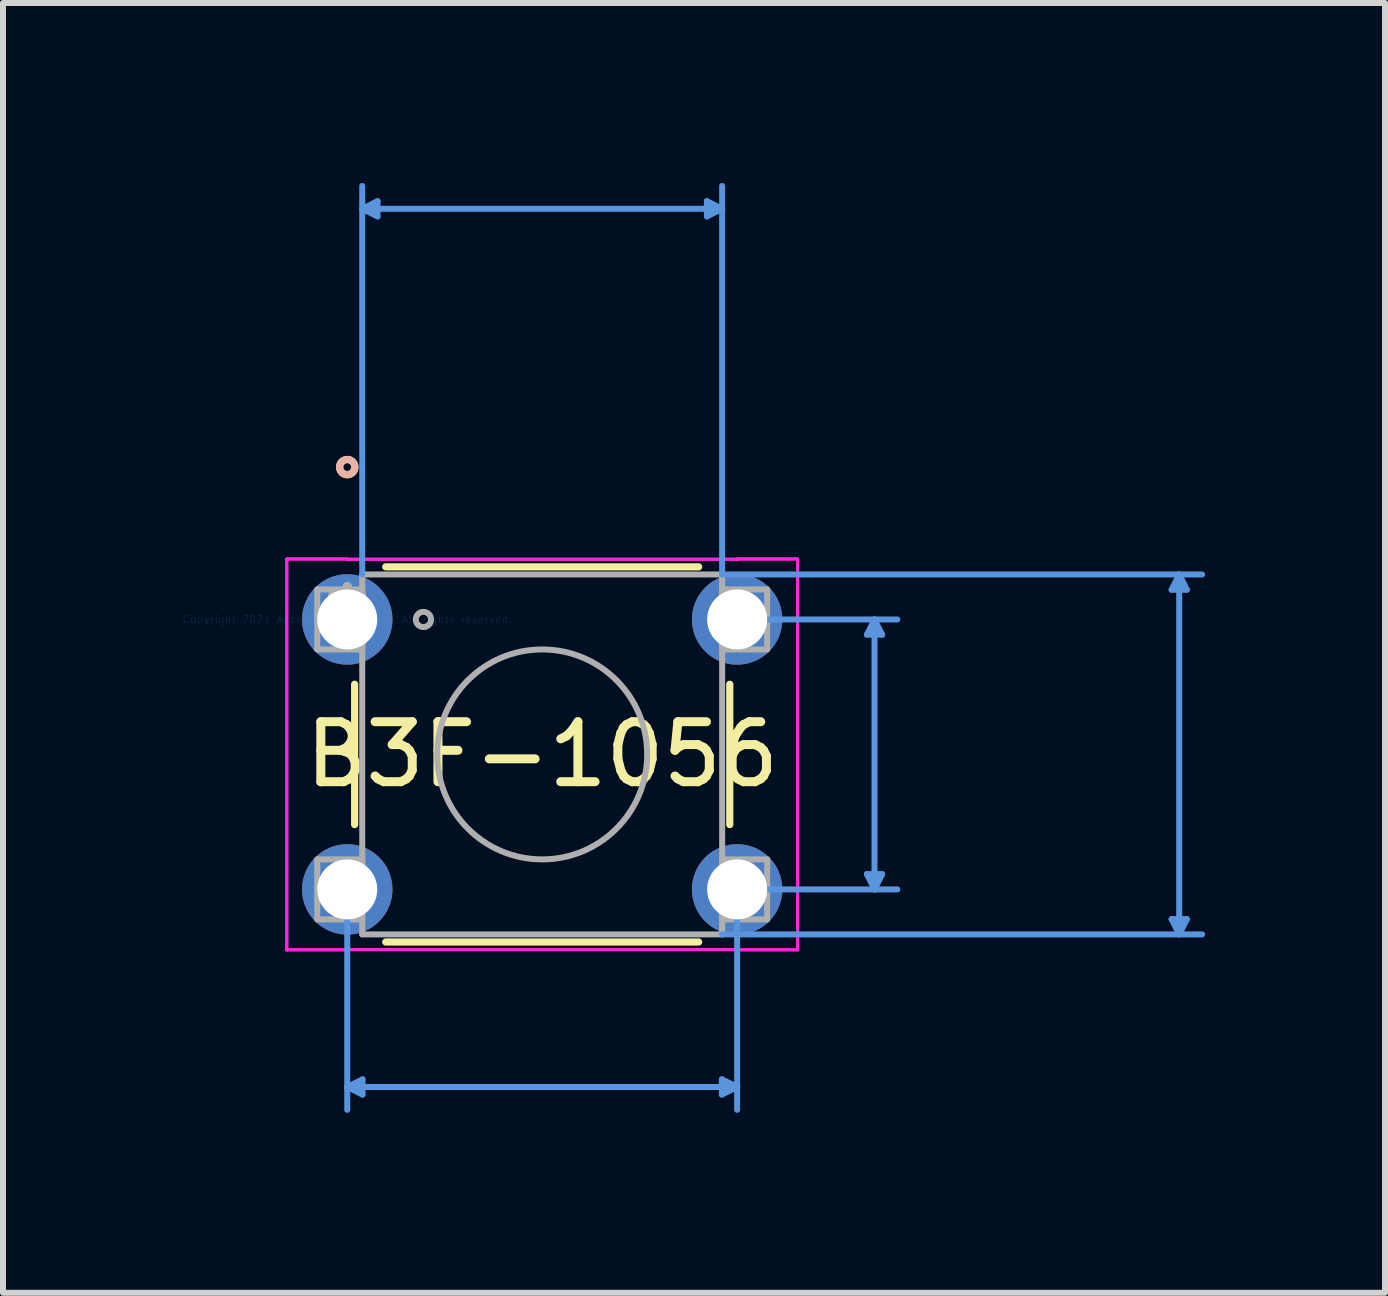
<source format=kicad_pcb>
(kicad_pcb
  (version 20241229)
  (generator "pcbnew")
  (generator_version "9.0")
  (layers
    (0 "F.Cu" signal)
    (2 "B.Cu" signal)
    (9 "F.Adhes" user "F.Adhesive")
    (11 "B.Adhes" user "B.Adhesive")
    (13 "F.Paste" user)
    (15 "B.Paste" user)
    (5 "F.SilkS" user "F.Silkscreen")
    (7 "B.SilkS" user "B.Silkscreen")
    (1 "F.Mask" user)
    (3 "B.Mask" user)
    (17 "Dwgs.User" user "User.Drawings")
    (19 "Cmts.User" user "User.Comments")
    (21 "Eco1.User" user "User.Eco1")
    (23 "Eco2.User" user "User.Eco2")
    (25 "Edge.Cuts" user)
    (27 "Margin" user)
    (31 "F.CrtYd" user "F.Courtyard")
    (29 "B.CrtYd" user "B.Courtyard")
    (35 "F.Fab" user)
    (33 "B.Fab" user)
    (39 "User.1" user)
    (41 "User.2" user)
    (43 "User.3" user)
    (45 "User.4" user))
  (footprint "B3F-1056"
    (layer "F.Cu")
    (at 2.739 7.277)
    (property "Reference" "B3F-1056" (at 3.25 2.25 0) (layer "F.SilkS") (effects (font (size 1 1) (thickness 0.15))))
    (attr through_hole)
    (fp_line (start 0.123 1.08) (end 0.123 3.42) (stroke (width 0.12) (type solid)) (layer "F.SilkS"))
    (fp_line (start 0.642 5.377) (end 5.858 5.377) (stroke (width 0.12) (type solid)) (layer "F.SilkS"))
    (fp_line (start 5.858 -0.877) (end 0.642 -0.877) (stroke (width 0.12) (type solid)) (layer "F.SilkS"))
    (fp_line (start 6.377 3.42) (end 6.377 1.08) (stroke (width 0.12) (type solid)) (layer "F.SilkS"))
    (fp_circle (center 0 -2.54) (end 0.127 -2.54) (stroke (width 0.12) (type solid)) (fill no) (layer "F.SilkS"))
    (fp_circle (center 0 -2.54) (end 0.127 -2.54) (stroke (width 0.12) (type solid)) (fill no) (layer "B.SilkS"))
    (fp_line (start 0.000001 4.5) (end 0.000001 8.175) (stroke (width 0.1) (type solid)) (layer "Cmts.User"))
    (fp_line (start 0.000001 7.794) (end 0.254 7.667) (stroke (width 0.1) (type solid)) (layer "Cmts.User"))
    (fp_line (start 0.000001 7.794) (end 0.254 7.921) (stroke (width 0.1) (type solid)) (layer "Cmts.User"))
    (fp_line (start 0.000001 7.794) (end 6.5 7.794) (stroke (width 0.1) (type solid)) (layer "Cmts.User"))
    (fp_line (start 0.25 -6.846) (end 0.504 -6.973) (stroke (width 0.1) (type solid)) (layer "Cmts.User"))
    (fp_line (start 0.25 -6.846) (end 0.504 -6.719) (stroke (width 0.1) (type solid)) (layer "Cmts.User"))
    (fp_line (start 0.25 -6.846) (end 6.25 -6.846) (stroke (width 0.1) (type solid)) (layer "Cmts.User"))
    (fp_line (start 0.25 -0.75) (end 0.25 -7.227) (stroke (width 0.1) (type solid)) (layer "Cmts.User"))
    (fp_line (start 0.254 7.667) (end 0.254 7.921) (stroke (width 0.1) (type solid)) (layer "Cmts.User"))
    (fp_line (start 0.504 -6.973) (end 0.504 -6.719) (stroke (width 0.1) (type solid)) (layer "Cmts.User"))
    (fp_line (start 5.996 -6.973) (end 5.996 -6.719) (stroke (width 0.1) (type solid)) (layer "Cmts.User"))
    (fp_line (start 6.246 7.667) (end 6.246 7.921) (stroke (width 0.1) (type solid)) (layer "Cmts.User"))
    (fp_line (start 6.25 -6.846) (end 5.996 -6.973) (stroke (width 0.1) (type solid)) (layer "Cmts.User"))
    (fp_line (start 6.25 -6.846) (end 5.996 -6.719) (stroke (width 0.1) (type solid)) (layer "Cmts.User"))
    (fp_line (start 6.25 -0.75) (end 6.25 -7.227) (stroke (width 0.1) (type solid)) (layer "Cmts.User"))
    (fp_line (start 6.25 -0.75) (end 14.251 -0.75) (stroke (width 0.1) (type solid)) (layer "Cmts.User"))
    (fp_line (start 6.25 5.25) (end 14.251 5.25) (stroke (width 0.1) (type solid)) (layer "Cmts.User"))
    (fp_line (start 6.5 0) (end 9.171 0) (stroke (width 0.1) (type solid)) (layer "Cmts.User"))
    (fp_line (start 6.5 4.5) (end 6.5 8.175) (stroke (width 0.1) (type solid)) (layer "Cmts.User"))
    (fp_line (start 6.5 4.5) (end 9.171 4.5) (stroke (width 0.1) (type solid)) (layer "Cmts.User"))
    (fp_line (start 6.5 7.794) (end 6.246 7.667) (stroke (width 0.1) (type solid)) (layer "Cmts.User"))
    (fp_line (start 6.5 7.794) (end 6.246 7.921) (stroke (width 0.1) (type solid)) (layer "Cmts.User"))
    (fp_line (start 8.663 0.254) (end 8.917 0.254) (stroke (width 0.1) (type solid)) (layer "Cmts.User"))
    (fp_line (start 8.663 4.246) (end 8.917 4.246) (stroke (width 0.1) (type solid)) (layer "Cmts.User"))
    (fp_line (start 8.79 0) (end 8.663 0.254) (stroke (width 0.1) (type solid)) (layer "Cmts.User"))
    (fp_line (start 8.79 0) (end 8.79 4.5) (stroke (width 0.1) (type solid)) (layer "Cmts.User"))
    (fp_line (start 8.79 0) (end 8.917 0.254) (stroke (width 0.1) (type solid)) (layer "Cmts.User"))
    (fp_line (start 8.79 4.5) (end 8.663 4.246) (stroke (width 0.1) (type solid)) (layer "Cmts.User"))
    (fp_line (start 8.79 4.5) (end 8.917 4.246) (stroke (width 0.1) (type solid)) (layer "Cmts.User"))
    (fp_line (start 13.743 -0.496) (end 13.997 -0.496) (stroke (width 0.1) (type solid)) (layer "Cmts.User"))
    (fp_line (start 13.743 4.996) (end 13.997 4.996) (stroke (width 0.1) (type solid)) (layer "Cmts.User"))
    (fp_line (start 13.87 -0.75) (end 13.743 -0.496) (stroke (width 0.1) (type solid)) (layer "Cmts.User"))
    (fp_line (start 13.87 -0.75) (end 13.87 5.25) (stroke (width 0.1) (type solid)) (layer "Cmts.User"))
    (fp_line (start 13.87 -0.75) (end 13.997 -0.496) (stroke (width 0.1) (type solid)) (layer "Cmts.User"))
    (fp_line (start 13.87 5.25) (end 13.743 4.996) (stroke (width 0.1) (type solid)) (layer "Cmts.User"))
    (fp_line (start 13.87 5.25) (end 13.997 4.996) (stroke (width 0.1) (type solid)) (layer "Cmts.User"))
    (fp_line (start -1.008 -1.008) (end -0.004 -1.008) (stroke (width 0.05) (type solid)) (layer "F.CrtYd"))
    (fp_line (start -1.008 -1.008) (end -0.004 -1.008) (stroke (width 0.05) (type solid)) (layer "F.CrtYd"))
    (fp_line (start -1.008 5.508) (end -1.008 -1.008) (stroke (width 0.05) (type solid)) (layer "F.CrtYd"))
    (fp_line (start -1.008 5.508) (end -1.008 -1.008) (stroke (width 0.05) (type solid)) (layer "F.CrtYd"))
    (fp_line (start -1.008 5.508) (end -0.004 5.508) (stroke (width 0.05) (type solid)) (layer "F.CrtYd"))
    (fp_line (start -0.004 -1.008) (end -0.004 -1.004) (stroke (width 0.05) (type solid)) (layer "F.CrtYd"))
    (fp_line (start -0.004 -1.008) (end -0.004 -1.004) (stroke (width 0.05) (type solid)) (layer "F.CrtYd"))
    (fp_line (start -0.004 -1.004) (end 6.504 -1.004) (stroke (width 0.05) (type solid)) (layer "F.CrtYd"))
    (fp_line (start -0.004 -1.004) (end 6.504 -1.004) (stroke (width 0.05) (type solid)) (layer "F.CrtYd"))
    (fp_line (start -0.004 5.504) (end -0.004 5.508) (stroke (width 0.05) (type solid)) (layer "F.CrtYd"))
    (fp_line (start -0.004 5.504) (end -0.004 5.508) (stroke (width 0.05) (type solid)) (layer "F.CrtYd"))
    (fp_line (start -0.004 5.508) (end -1.008 5.508) (stroke (width 0.05) (type solid)) (layer "F.CrtYd"))
    (fp_line (start 6.504 -1.008) (end 7.508 -1.008) (stroke (width 0.05) (type solid)) (layer "F.CrtYd"))
    (fp_line (start 6.504 -1.004) (end 6.504 -1.008) (stroke (width 0.05) (type solid)) (layer "F.CrtYd"))
    (fp_line (start 6.504 -1.004) (end 6.504 -1.008) (stroke (width 0.05) (type solid)) (layer "F.CrtYd"))
    (fp_line (start 6.504 5.504) (end -0.004 5.504) (stroke (width 0.05) (type solid)) (layer "F.CrtYd"))
    (fp_line (start 6.504 5.504) (end -0.004 5.504) (stroke (width 0.05) (type solid)) (layer "F.CrtYd"))
    (fp_line (start 6.504 5.508) (end 6.504 5.504) (stroke (width 0.05) (type solid)) (layer "F.CrtYd"))
    (fp_line (start 6.504 5.508) (end 6.504 5.504) (stroke (width 0.05) (type solid)) (layer "F.CrtYd"))
    (fp_line (start 7.508 -1.008) (end 6.504 -1.008) (stroke (width 0.05) (type solid)) (layer "F.CrtYd"))
    (fp_line (start 7.508 -1.008) (end 7.508 5.508) (stroke (width 0.05) (type solid)) (layer "F.CrtYd"))
    (fp_line (start 7.508 -1.008) (end 7.508 5.508) (stroke (width 0.05) (type solid)) (layer "F.CrtYd"))
    (fp_line (start 7.508 5.508) (end 6.504 5.508) (stroke (width 0.05) (type solid)) (layer "F.CrtYd"))
    (fp_line (start 7.508 5.508) (end 6.504 5.508) (stroke (width 0.05) (type solid)) (layer "F.CrtYd"))
    (fp_line (start -0.5 -0.5) (end -0.5 0.5) (stroke (width 0.1) (type solid)) (layer "F.Fab"))
    (fp_line (start -0.5 0.5) (end 0.25 0.5) (stroke (width 0.1) (type solid)) (layer "F.Fab"))
    (fp_line (start -0.5 4) (end -0.5 5) (stroke (width 0.1) (type solid)) (layer "F.Fab"))
    (fp_line (start -0.5 5) (end 0.25 5) (stroke (width 0.1) (type solid)) (layer "F.Fab"))
    (fp_line (start 0.25 -0.75) (end 0.25 5.25) (stroke (width 0.1) (type solid)) (layer "F.Fab"))
    (fp_line (start 0.25 5.25) (end 6.25 5.25) (stroke (width 0.1) (type solid)) (layer "F.Fab"))
    (fp_line (start 0.25 -0.5) (end -0.5 -0.5) (stroke (width 0.1) (type solid)) (layer "F.Fab"))
    (fp_line (start 0.25 0.5) (end 0.25 -0.5) (stroke (width 0.1) (type solid)) (layer "F.Fab"))
    (fp_line (start 0.25 4) (end -0.5 4) (stroke (width 0.1) (type solid)) (layer "F.Fab"))
    (fp_line (start 0.25 5) (end 0.25 4) (stroke (width 0.1) (type solid)) (layer "F.Fab"))
    (fp_line (start 6.25 -0.5) (end 6.25 0.5) (stroke (width 0.1) (type solid)) (layer "F.Fab"))
    (fp_line (start 6.25 0.5) (end 7 0.5) (stroke (width 0.1) (type solid)) (layer "F.Fab"))
    (fp_line (start 6.25 4) (end 6.25 5) (stroke (width 0.1) (type solid)) (layer "F.Fab"))
    (fp_line (start 6.25 5) (end 7 5) (stroke (width 0.1) (type solid)) (layer "F.Fab"))
    (fp_line (start 6.25 -0.75) (end 0.25 -0.75) (stroke (width 0.1) (type solid)) (layer "F.Fab"))
    (fp_line (start 6.25 5.25) (end 6.25 -0.75) (stroke (width 0.1) (type solid)) (layer "F.Fab"))
    (fp_line (start 7 -0.5) (end 6.25 -0.5) (stroke (width 0.1) (type solid)) (layer "F.Fab"))
    (fp_line (start 7 0.5) (end 7 -0.5) (stroke (width 0.1) (type solid)) (layer "F.Fab"))
    (fp_line (start 7 4) (end 6.25 4) (stroke (width 0.1) (type solid)) (layer "F.Fab"))
    (fp_line (start 7 5) (end 7 4) (stroke (width 0.1) (type solid)) (layer "F.Fab"))
    (fp_circle (center 1.27 0) (end 1.397 0) (stroke (width 0.1) (type solid)) (fill no) (layer "F.Fab"))
    (fp_circle (center 3.25 2.25) (end 5 2.25) (stroke (width 0.1) (type solid)) (fill no) (layer "F.Fab"))
    (fp_text user "*" (at 0 0 0) (layer "F.SilkS") (effects (font (size 1 1) (thickness 0.15))))
    (fp_text user "Copyright 2021 Accelerated Designs. All rights reserved." (at 0 0 0) (layer "Cmts.User") (effects (font (size 0.127 0.127) (thickness 0.002))))
    (fp_text user "*" (at 0 0 0) (layer "F.Fab") (effects (font (size 1 1) (thickness 0.15))))
    (pad "1" thru_hole circle (at 0 0) (size 1.508 1.508) (drill 1) (layers "*.Cu" "*.Mask"))
    (pad "2" thru_hole circle (at 0 4.5) (size 1.508 1.508) (drill 1) (layers "*.Cu" "*.Mask"))
    (pad "3" thru_hole circle (at 6.5 0) (size 1.508 1.508) (drill 1) (layers "*.Cu" "*.Mask"))
    (pad "4" thru_hole circle (at 6.5 4.5) (size 1.508 1.508) (drill 1) (layers "*.Cu" "*.Mask")))
  (gr_rect
    (start -3 -3)
    (end 20.04 18.502)
    (stroke (width 0.1) (type default))
    (fill no)
    (layer "Edge.Cuts")))
</source>
